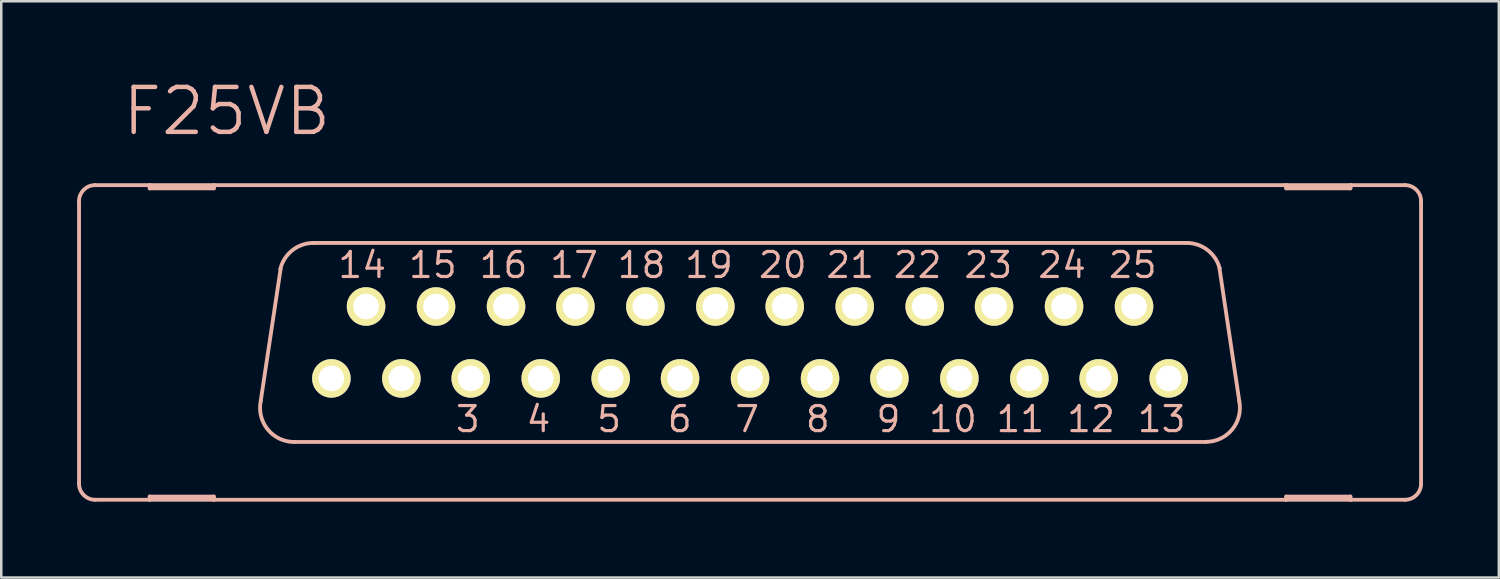
<source format=kicad_pcb>
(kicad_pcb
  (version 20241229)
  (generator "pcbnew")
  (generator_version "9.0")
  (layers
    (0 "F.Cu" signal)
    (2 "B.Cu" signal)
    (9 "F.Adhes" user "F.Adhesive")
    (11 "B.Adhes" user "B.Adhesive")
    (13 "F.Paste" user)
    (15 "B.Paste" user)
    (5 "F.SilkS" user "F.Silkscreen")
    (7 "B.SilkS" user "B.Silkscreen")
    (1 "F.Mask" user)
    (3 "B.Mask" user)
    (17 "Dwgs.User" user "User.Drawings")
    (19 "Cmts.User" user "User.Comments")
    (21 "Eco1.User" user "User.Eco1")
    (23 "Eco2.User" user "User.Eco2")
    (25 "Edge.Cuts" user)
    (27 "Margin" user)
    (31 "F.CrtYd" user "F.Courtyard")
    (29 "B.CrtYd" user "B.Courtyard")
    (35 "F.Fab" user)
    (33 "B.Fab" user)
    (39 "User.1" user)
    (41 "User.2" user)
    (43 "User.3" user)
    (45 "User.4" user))
  (footprint "F25VB"
    (layer "F.Cu")
    (at 26.619 10.496)
    (property "Reference" "F25VB" (at -20.698 -9.144 0) (layer "B.SilkS") (effects (font (size 1.778 1.778) (thickness 0.178))))
    (attr exclude_from_pos_files exclude_from_bom)
    (fp_circle (center -16.561 1.422) (end -16.942 1.803) (stroke (width 0.127) (type solid)) (fill no) (layer "F.SilkS"))
    (fp_circle (center -15.189 -1.422) (end -15.57 -1.803) (stroke (width 0.127) (type solid)) (fill no) (layer "F.SilkS"))
    (fp_circle (center -13.792 1.422) (end -14.173 1.803) (stroke (width 0.127) (type solid)) (fill no) (layer "F.SilkS"))
    (fp_circle (center -12.421 -1.422) (end -12.802 -1.803) (stroke (width 0.127) (type solid)) (fill no) (layer "F.SilkS"))
    (fp_circle (center -11.049 1.422) (end -11.43 1.803) (stroke (width 0.127) (type solid)) (fill no) (layer "F.SilkS"))
    (fp_circle (center -9.652 -1.422) (end -10.033 -1.803) (stroke (width 0.127) (type solid)) (fill no) (layer "F.SilkS"))
    (fp_circle (center -8.28 1.422) (end -8.661 1.803) (stroke (width 0.127) (type solid)) (fill no) (layer "F.SilkS"))
    (fp_circle (center -6.909 -1.422) (end -7.29 -1.803) (stroke (width 0.127) (type solid)) (fill no) (layer "F.SilkS"))
    (fp_circle (center -5.512 1.422) (end -5.893 1.803) (stroke (width 0.127) (type solid)) (fill no) (layer "F.SilkS"))
    (fp_circle (center -4.14 -1.422) (end -4.521 -1.803) (stroke (width 0.127) (type solid)) (fill no) (layer "F.SilkS"))
    (fp_circle (center -2.769 1.422) (end -3.15 1.803) (stroke (width 0.127) (type solid)) (fill no) (layer "F.SilkS"))
    (fp_circle (center -1.372 -1.422) (end -1.753 -1.803) (stroke (width 0.127) (type solid)) (fill no) (layer "F.SilkS"))
    (fp_circle (center 0 1.422) (end -0.381 1.803) (stroke (width 0.127) (type solid)) (fill no) (layer "F.SilkS"))
    (fp_circle (center 1.372 -1.422) (end 1.753 -1.803) (stroke (width 0.127) (type solid)) (fill no) (layer "F.SilkS"))
    (fp_circle (center 2.769 1.422) (end 3.15 1.803) (stroke (width 0.127) (type solid)) (fill no) (layer "F.SilkS"))
    (fp_circle (center 4.14 -1.422) (end 4.521 -1.803) (stroke (width 0.127) (type solid)) (fill no) (layer "F.SilkS"))
    (fp_circle (center 5.512 1.422) (end 5.893 1.803) (stroke (width 0.127) (type solid)) (fill no) (layer "F.SilkS"))
    (fp_circle (center 6.909 -1.422) (end 7.29 -1.803) (stroke (width 0.127) (type solid)) (fill no) (layer "F.SilkS"))
    (fp_circle (center 8.28 1.422) (end 8.661 1.803) (stroke (width 0.127) (type solid)) (fill no) (layer "F.SilkS"))
    (fp_circle (center 9.652 -1.422) (end 10.033 -1.803) (stroke (width 0.127) (type solid)) (fill no) (layer "F.SilkS"))
    (fp_circle (center 11.049 1.422) (end 11.43 1.803) (stroke (width 0.127) (type solid)) (fill no) (layer "F.SilkS"))
    (fp_circle (center 12.421 -1.422) (end 12.802 -1.803) (stroke (width 0.127) (type solid)) (fill no) (layer "F.SilkS"))
    (fp_circle (center 13.792 1.422) (end 14.173 1.803) (stroke (width 0.127) (type solid)) (fill no) (layer "F.SilkS"))
    (fp_circle (center 15.189 -1.422) (end 15.57 -1.803) (stroke (width 0.127) (type solid)) (fill no) (layer "F.SilkS"))
    (fp_circle (center 16.561 1.422) (end 16.942 1.803) (stroke (width 0.127) (type solid)) (fill no) (layer "F.SilkS"))
    (fp_line (start -26.543 5.588) (end -26.543 -5.588) (stroke (width 0.152) (type solid)) (layer "B.SilkS"))
    (fp_line (start -25.908 6.223) (end -23.749 6.223) (stroke (width 0.152) (type solid)) (layer "B.SilkS"))
    (fp_line (start -23.749 -6.223) (end -25.908 -6.223) (stroke (width 0.152) (type solid)) (layer "B.SilkS"))
    (fp_line (start -23.749 -6.096) (end -23.749 -6.223) (stroke (width 0.152) (type solid)) (layer "B.SilkS"))
    (fp_line (start -23.749 6.096) (end -23.749 6.223) (stroke (width 0.152) (type solid)) (layer "B.SilkS"))
    (fp_line (start -23.749 6.223) (end -21.209 6.223) (stroke (width 0.152) (type solid)) (layer "B.SilkS"))
    (fp_line (start -21.209 -6.223) (end -23.749 -6.223) (stroke (width 0.152) (type solid)) (layer "B.SilkS"))
    (fp_line (start -21.209 -6.223) (end -21.209 -6.096) (stroke (width 0.152) (type solid)) (layer "B.SilkS"))
    (fp_line (start -21.209 -6.096) (end -23.749 -6.096) (stroke (width 0.152) (type solid)) (layer "B.SilkS"))
    (fp_line (start -21.209 6.096) (end -23.749 6.096) (stroke (width 0.152) (type solid)) (layer "B.SilkS"))
    (fp_line (start -21.209 6.223) (end -21.209 6.096) (stroke (width 0.152) (type solid)) (layer "B.SilkS"))
    (fp_line (start -21.209 6.223) (end 21.209 6.223) (stroke (width 0.152) (type solid)) (layer "B.SilkS"))
    (fp_line (start -19.355 2.311) (end -18.567 -2.921) (stroke (width 0.152) (type solid)) (layer "B.SilkS"))
    (fp_line (start 17.272 -3.937) (end -17.272 -3.937) (stroke (width 0.152) (type solid)) (layer "B.SilkS"))
    (fp_line (start 18.034 3.937) (end -18.034 3.937) (stroke (width 0.152) (type solid)) (layer "B.SilkS"))
    (fp_line (start 18.567 -2.946) (end 19.355 2.337) (stroke (width 0.152) (type solid)) (layer "B.SilkS"))
    (fp_line (start 21.209 -6.223) (end -21.209 -6.223) (stroke (width 0.152) (type solid)) (layer "B.SilkS"))
    (fp_line (start 21.209 -6.096) (end 21.209 -6.223) (stroke (width 0.152) (type solid)) (layer "B.SilkS"))
    (fp_line (start 21.209 6.096) (end 21.209 6.223) (stroke (width 0.152) (type solid)) (layer "B.SilkS"))
    (fp_line (start 21.209 6.223) (end 23.749 6.223) (stroke (width 0.152) (type solid)) (layer "B.SilkS"))
    (fp_line (start 23.749 -6.223) (end 21.209 -6.223) (stroke (width 0.152) (type solid)) (layer "B.SilkS"))
    (fp_line (start 23.749 -6.223) (end 23.749 -6.096) (stroke (width 0.152) (type solid)) (layer "B.SilkS"))
    (fp_line (start 23.749 -6.096) (end 21.209 -6.096) (stroke (width 0.152) (type solid)) (layer "B.SilkS"))
    (fp_line (start 23.749 6.096) (end 21.209 6.096) (stroke (width 0.152) (type solid)) (layer "B.SilkS"))
    (fp_line (start 23.749 6.223) (end 23.749 6.096) (stroke (width 0.152) (type solid)) (layer "B.SilkS"))
    (fp_line (start 23.749 6.223) (end 25.908 6.223) (stroke (width 0.152) (type solid)) (layer "B.SilkS"))
    (fp_line (start 25.908 -6.223) (end 23.749 -6.223) (stroke (width 0.152) (type solid)) (layer "B.SilkS"))
    (fp_line (start 26.543 5.588) (end 26.543 -5.588) (stroke (width 0.152) (type solid)) (layer "B.SilkS"))
    (fp_arc (start -26.543 -5.588) (mid -26.357013 -6.037013) (end -25.908 -6.223) (stroke (width 0.1524) (type solid)) (layer "B.SilkS"))
    (fp_arc (start -25.908 6.223) (mid -26.357013 6.037013) (end -26.543 5.588) (stroke (width 0.1524) (type solid)) (layer "B.SilkS"))
    (fp_arc (start -18.5801 -2.90322) (mid -18.104662 -3.646284) (end -17.271518 -3.936211) (stroke (width 0.1524) (type solid)) (layer "B.SilkS"))
    (fp_arc (start -18.034 3.937) (mid -19.083648 3.435219) (end -19.35228 2.303238) (stroke (width 0.1524) (type solid)) (layer "B.SilkS"))
    (fp_arc (start 17.272 -3.937) (mid 18.096791 -3.655415) (end 18.577188 -2.928236) (stroke (width 0.1524) (type solid)) (layer "B.SilkS"))
    (fp_arc (start 19.35226 2.32664) (mid 19.072158 3.441772) (end 18.03224 3.932229) (stroke (width 0.1524) (type solid)) (layer "B.SilkS"))
    (fp_arc (start 25.908 -6.223) (mid 26.357013 -6.037013) (end 26.543 -5.588) (stroke (width 0.1524) (type solid)) (layer "B.SilkS"))
    (fp_arc (start 26.543 5.588) (mid 26.357013 6.037013) (end 25.908 6.223) (stroke (width 0.1524) (type solid)) (layer "B.SilkS"))
    (fp_text user "18" (at -4.293 -3.061 180) (layer "B.SilkS") (effects (font (size 0.991 0.991) (thickness 0.127))))
    (fp_text user "19" (at -1.626 -3.061 180) (layer "B.SilkS") (effects (font (size 0.991 0.991) (thickness 0.127))))
    (fp_text user "9" (at 5.474 3.035 180) (layer "B.SilkS") (effects (font (size 0.991 0.991) (thickness 0.127))))
    (fp_text user "17" (at -6.96 -3.061 180) (layer "B.SilkS") (effects (font (size 0.991 0.991) (thickness 0.127))))
    (fp_text user "14" (at -15.342 -3.061 180) (layer "B.SilkS") (effects (font (size 0.991 0.991) (thickness 0.127))))
    (fp_text user "4" (at -8.369 3.035 180) (layer "B.SilkS") (effects (font (size 0.991 0.991) (thickness 0.127))))
    (fp_text user "11" (at 10.693 3.035 180) (layer "B.SilkS") (effects (font (size 0.991 0.991) (thickness 0.127))))
    (fp_text user "22" (at 6.629 -3.061 180) (layer "B.SilkS") (effects (font (size 0.991 0.991) (thickness 0.127))))
    (fp_text user "10" (at 8.026 3.035 180) (layer "B.SilkS") (effects (font (size 0.991 0.991) (thickness 0.127))))
    (fp_text user "20" (at 1.293 -3.061 180) (layer "B.SilkS") (effects (font (size 0.991 0.991) (thickness 0.127))))
    (fp_text user "15" (at -12.548 -3.061 180) (layer "B.SilkS") (effects (font (size 0.991 0.991) (thickness 0.127))))
    (fp_text user "5" (at -5.575 3.035 180) (layer "B.SilkS") (effects (font (size 0.991 0.991) (thickness 0.127))))
    (fp_text user "23" (at 9.423 -3.061 180) (layer "B.SilkS") (effects (font (size 0.991 0.991) (thickness 0.127))))
    (fp_text user "25" (at 15.138 -3.061 180) (layer "B.SilkS") (effects (font (size 0.991 0.991) (thickness 0.127))))
    (fp_text user "24" (at 12.344 -3.061 180) (layer "B.SilkS") (effects (font (size 0.991 0.991) (thickness 0.127))))
    (fp_text user "12" (at 13.487 3.035 180) (layer "B.SilkS") (effects (font (size 0.991 0.991) (thickness 0.127))))
    (fp_text user "16" (at -9.754 -3.061 180) (layer "B.SilkS") (effects (font (size 0.991 0.991) (thickness 0.127))))
    (fp_text user "6" (at -2.781 3.035 180) (layer "B.SilkS") (effects (font (size 0.991 0.991) (thickness 0.127))))
    (fp_text user "8" (at 2.68 3.035 180) (layer "B.SilkS") (effects (font (size 0.991 0.991) (thickness 0.127))))
    (fp_text user "13" (at 16.281 3.035 180) (layer "B.SilkS") (effects (font (size 0.991 0.991) (thickness 0.127))))
    (fp_text user "21" (at 3.962 -3.061 180) (layer "B.SilkS") (effects (font (size 0.991 0.991) (thickness 0.127))))
    (fp_text user "7" (at -0.114 3.035 180) (layer "B.SilkS") (effects (font (size 0.991 0.991) (thickness 0.127))))
    (fp_text user "3" (at -11.163 3.035 180) (layer "B.SilkS") (effects (font (size 0.991 0.991) (thickness 0.127))))
    (pad "1" thru_hole circle (at -16.561 1.422) (size 1.524 1.524) (drill 1.016) (layers "*.Cu" "F.Mask" "F.SilkS" "F.Paste"))
    (pad "2" thru_hole circle (at -13.792 1.422) (size 1.524 1.524) (drill 1.016) (layers "*.Cu" "F.Mask" "F.SilkS" "F.Paste"))
    (pad "3" thru_hole circle (at -11.049 1.422) (size 1.524 1.524) (drill 1.016) (layers "*.Cu" "F.Mask" "F.SilkS" "F.Paste"))
    (pad "4" thru_hole circle (at -8.28 1.422) (size 1.524 1.524) (drill 1.016) (layers "*.Cu" "F.Mask" "F.SilkS" "F.Paste"))
    (pad "5" thru_hole circle (at -5.512 1.422) (size 1.524 1.524) (drill 1.016) (layers "*.Cu" "F.Mask" "F.SilkS" "F.Paste"))
    (pad "6" thru_hole circle (at -2.769 1.422) (size 1.524 1.524) (drill 1.016) (layers "*.Cu" "F.Mask" "F.SilkS" "F.Paste"))
    (pad "7" thru_hole circle (at 0 1.422) (size 1.524 1.524) (drill 1.016) (layers "*.Cu" "F.Mask" "F.SilkS" "F.Paste"))
    (pad "8" thru_hole circle (at 2.769 1.422) (size 1.524 1.524) (drill 1.016) (layers "*.Cu" "F.Mask" "F.SilkS" "F.Paste"))
    (pad "9" thru_hole circle (at 5.512 1.422) (size 1.524 1.524) (drill 1.016) (layers "*.Cu" "F.Mask" "F.SilkS" "F.Paste"))
    (pad "10" thru_hole circle (at 8.28 1.422) (size 1.524 1.524) (drill 1.016) (layers "*.Cu" "F.Mask" "F.SilkS" "F.Paste"))
    (pad "11" thru_hole circle (at 11.049 1.422) (size 1.524 1.524) (drill 1.016) (layers "*.Cu" "F.Mask" "F.SilkS" "F.Paste"))
    (pad "12" thru_hole circle (at 13.792 1.422) (size 1.524 1.524) (drill 1.016) (layers "*.Cu" "F.Mask" "F.SilkS" "F.Paste"))
    (pad "13" thru_hole circle (at 16.561 1.422) (size 1.524 1.524) (drill 1.016) (layers "*.Cu" "F.Mask" "F.SilkS" "F.Paste"))
    (pad "14" thru_hole circle (at -15.189 -1.422) (size 1.524 1.524) (drill 1.016) (layers "*.Cu" "F.Mask" "F.SilkS" "F.Paste"))
    (pad "15" thru_hole circle (at -12.421 -1.422) (size 1.524 1.524) (drill 1.016) (layers "*.Cu" "F.Mask" "F.SilkS" "F.Paste"))
    (pad "16" thru_hole circle (at -9.652 -1.422) (size 1.524 1.524) (drill 1.016) (layers "*.Cu" "F.Mask" "F.SilkS" "F.Paste"))
    (pad "17" thru_hole circle (at -6.909 -1.422) (size 1.524 1.524) (drill 1.016) (layers "*.Cu" "F.Mask" "F.SilkS" "F.Paste"))
    (pad "18" thru_hole circle (at -4.14 -1.422) (size 1.524 1.524) (drill 1.016) (layers "*.Cu" "F.Mask" "F.SilkS" "F.Paste"))
    (pad "19" thru_hole circle (at -1.372 -1.422) (size 1.524 1.524) (drill 1.016) (layers "*.Cu" "F.Mask" "F.SilkS" "F.Paste"))
    (pad "20" thru_hole circle (at 1.372 -1.422) (size 1.524 1.524) (drill 1.016) (layers "*.Cu" "F.Mask" "F.SilkS" "F.Paste"))
    (pad "21" thru_hole circle (at 4.14 -1.422) (size 1.524 1.524) (drill 1.016) (layers "*.Cu" "F.Mask" "F.SilkS" "F.Paste"))
    (pad "22" thru_hole circle (at 6.909 -1.422) (size 1.524 1.524) (drill 1.016) (layers "*.Cu" "F.Mask" "F.SilkS" "F.Paste"))
    (pad "23" thru_hole circle (at 9.652 -1.422) (size 1.524 1.524) (drill 1.016) (layers "*.Cu" "F.Mask" "F.SilkS" "F.Paste"))
    (pad "24" thru_hole circle (at 12.421 -1.422) (size 1.524 1.524) (drill 1.016) (layers "*.Cu" "F.Mask" "F.SilkS" "F.Paste"))
    (pad "25" thru_hole circle (at 15.189 -1.422) (size 1.524 1.524) (drill 1.016) (layers "*.Cu" "F.Mask" "F.SilkS" "F.Paste")))
  (gr_rect
    (start -3 -3)
    (end 56.238 19.795)
    (stroke (width 0.1) (type default))
    (fill no)
    (layer "Edge.Cuts")))
</source>
